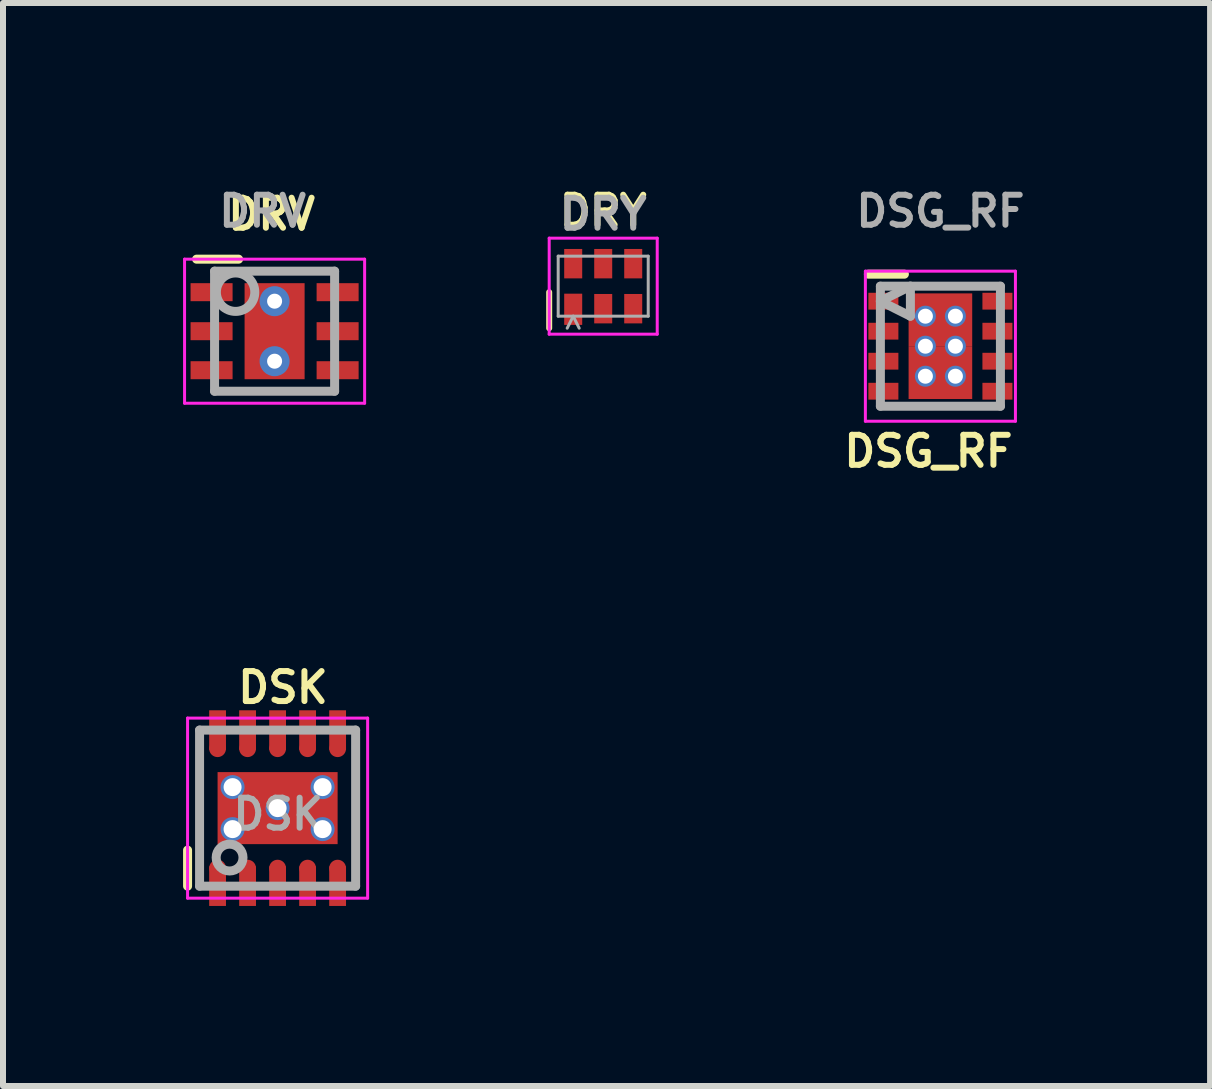
<source format=kicad_pcb>
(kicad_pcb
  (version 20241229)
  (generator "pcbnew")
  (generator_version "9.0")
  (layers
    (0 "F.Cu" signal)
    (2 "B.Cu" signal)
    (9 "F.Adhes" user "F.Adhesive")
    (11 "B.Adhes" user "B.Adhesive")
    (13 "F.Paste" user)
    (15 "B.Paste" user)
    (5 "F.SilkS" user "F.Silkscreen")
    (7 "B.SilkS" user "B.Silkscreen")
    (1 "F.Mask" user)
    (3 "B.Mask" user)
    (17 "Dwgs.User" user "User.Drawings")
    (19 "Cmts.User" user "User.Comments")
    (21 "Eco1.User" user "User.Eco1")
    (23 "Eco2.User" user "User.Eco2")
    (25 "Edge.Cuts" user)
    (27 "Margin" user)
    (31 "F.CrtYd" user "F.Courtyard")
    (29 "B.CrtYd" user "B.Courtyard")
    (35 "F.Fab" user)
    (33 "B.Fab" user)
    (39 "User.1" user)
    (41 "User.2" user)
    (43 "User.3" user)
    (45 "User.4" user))
  (footprint "DRY"
    (layer "F.Cu")
    (at 7 1.718)
    (property "Reference" "DRY" (at 0 -1.25 0) (layer "F.SilkS") (effects (font (size 0.5 0.5) (thickness 0.1))))
    (attr smd)
    (fp_line (start -0.9 0.1) (end -0.9 0.7) (stroke (width 0.1) (type solid)) (layer "F.SilkS"))
    (fp_line (start -0.9 -0.8) (end 0.9 -0.8) (stroke (width 0.05) (type solid)) (layer "F.CrtYd"))
    (fp_line (start -0.9 0.8) (end -0.9 -0.8) (stroke (width 0.05) (type solid)) (layer "F.CrtYd"))
    (fp_line (start 0.9 -0.8) (end 0.9 0.8) (stroke (width 0.05) (type solid)) (layer "F.CrtYd"))
    (fp_line (start 0.9 0.8) (end -0.9 0.8) (stroke (width 0.05) (type solid)) (layer "F.CrtYd"))
    (fp_line (start -0.75 -0.5) (end 0.75 -0.5) (stroke (width 0.05) (type solid)) (layer "F.Fab"))
    (fp_line (start -0.75 0.5) (end -0.75 -0.5) (stroke (width 0.05) (type solid)) (layer "F.Fab"))
    (fp_line (start -0.75 0.5) (end 0.75 0.5) (stroke (width 0.05) (type solid)) (layer "F.Fab"))
    (fp_line (start -0.6 0.7) (end -0.5 0.5) (stroke (width 0.05) (type solid)) (layer "F.Fab"))
    (fp_line (start -0.5 0.5) (end -0.4 0.7) (stroke (width 0.05) (type solid)) (layer "F.Fab"))
    (fp_line (start 0.75 -0.5) (end 0.75 0.5) (stroke (width 0.05) (type solid)) (layer "F.Fab"))
    (fp_text user "${REFERENCE}" (at 0 -1.2 0) (layer "F.Fab") (effects (font (size 0.5 0.5) (thickness 0.1))))
    (pad "1" smd rect (at -0.5 0.385 180) (size 0.3 0.52) (layers "F.Cu" "F.Mask" "F.Paste"))
    (pad "2" smd rect (at 0 0.375) (size 0.3 0.49) (layers "F.Cu" "F.Mask" "F.Paste"))
    (pad "3" smd rect (at 0.5 0.375) (size 0.3 0.49) (layers "F.Cu" "F.Mask" "F.Paste"))
    (pad "4" smd rect (at 0.5 -0.375 180) (size 0.3 0.49) (layers "F.Cu" "F.Mask" "F.Paste"))
    (pad "5" smd rect (at 0 -0.375) (size 0.3 0.49) (layers "F.Cu" "F.Mask" "F.Paste"))
    (pad "6" smd rect (at -0.5 -0.375) (size 0.3 0.49) (layers "F.Cu" "F.Mask" "F.Paste")))
  (footprint "DRV"
    (layer "F.Cu")
    (at 1.525 2.468)
    (property "Reference" "DRV" (at -0.05 -1.95 0) (layer "F.SilkS") (effects (font (size 0.5 0.5) (thickness 0.1))))
    (attr smd)
    (fp_line (start -1.3 -1.2) (end -0.6 -1.2) (stroke (width 0.15) (type solid)) (layer "F.SilkS"))
    (fp_line (start -1.5 -1.2) (end 1.5 -1.2) (stroke (width 0.05) (type solid)) (layer "F.CrtYd"))
    (fp_line (start -1.5 1.2) (end -1.5 -1.2) (stroke (width 0.05) (type solid)) (layer "F.CrtYd"))
    (fp_line (start 1.5 -1.2) (end 1.5 1.2) (stroke (width 0.05) (type solid)) (layer "F.CrtYd"))
    (fp_line (start 1.5 1.2) (end -1.5 1.2) (stroke (width 0.05) (type solid)) (layer "F.CrtYd"))
    (fp_line (start -1 -1) (end 1 -1) (stroke (width 0.15) (type solid)) (layer "F.Fab"))
    (fp_line (start -1 1) (end -1 -1) (stroke (width 0.15) (type solid)) (layer "F.Fab"))
    (fp_line (start 1 -1) (end 1 1) (stroke (width 0.15) (type solid)) (layer "F.Fab"))
    (fp_line (start 1 1) (end -1 1) (stroke (width 0.15) (type solid)) (layer "F.Fab"))
    (fp_circle (center -0.65 -0.65) (end -0.9 -0.85) (stroke (width 0.15) (type solid)) (fill no) (layer "F.Fab"))
    (fp_text user "${REFERENCE}" (at -0.2 -2 0) (layer "F.Fab") (effects (font (size 0.5 0.5) (thickness 0.1))))
    (pad "" thru_hole circle (at 0 -0.5) (size 0.5 0.5) (drill 0.25) (layers "*.Cu" "F.Mask"))
    (pad "" thru_hole circle (at 0 0.5) (size 0.5 0.5) (drill 0.25) (layers "*.Cu" "F.Mask"))
    (pad "1" smd rect (at -1.05 -0.65) (size 0.7 0.3) (layers "F.Cu" "F.Mask" "F.Paste"))
    (pad "2" smd rect (at -1.05 0) (size 0.7 0.3) (layers "F.Cu" "F.Mask" "F.Paste"))
    (pad "3" smd rect (at -1.05 0.65) (size 0.7 0.3) (layers "F.Cu" "F.Mask" "F.Paste"))
    (pad "4" smd rect (at 1.05 0.65) (size 0.7 0.3) (layers "F.Cu" "F.Mask" "F.Paste"))
    (pad "5" smd rect (at 1.05 0) (size 0.7 0.3) (layers "F.Cu" "F.Mask" "F.Paste"))
    (pad "6" smd rect (at 1.05 -0.65) (size 0.7 0.3) (layers "F.Cu" "F.Mask" "F.Paste"))
    (pad "7" smd rect (at 0 0) (size 1 1.6) (layers "F.Cu" "F.Mask" "F.Paste")))
  (footprint "DSG_RF"
    (layer "F.Cu")
    (at 12.618 2.718)
    (property "Reference" "DSG_RF" (at -0.2 1.75 0) (layer "F.SilkS") (effects (font (size 0.5 0.5) (thickness 0.1))))
    (attr smd)
    (fp_line (start -1.2 -1.2) (end -0.6 -1.2) (stroke (width 0.15) (type solid)) (layer "F.SilkS"))
    (fp_line (start -1.25 -1.25) (end -1.25 1.25) (stroke (width 0.05) (type solid)) (layer "F.CrtYd"))
    (fp_line (start -1.25 -1.25) (end 1.25 -1.25) (stroke (width 0.05) (type solid)) (layer "F.CrtYd"))
    (fp_line (start -1.25 1.25) (end 1.25 1.25) (stroke (width 0.05) (type solid)) (layer "F.CrtYd"))
    (fp_line (start 1.25 -1.25) (end 1.25 1.25) (stroke (width 0.05) (type solid)) (layer "F.CrtYd"))
    (fp_line (start -1 -1) (end 1 -1) (stroke (width 0.15) (type solid)) (layer "F.Fab"))
    (fp_line (start -1 -0.75) (end -0.5 -1) (stroke (width 0.15) (type solid)) (layer "F.Fab"))
    (fp_line (start -1 1) (end -1 -1) (stroke (width 0.15) (type solid)) (layer "F.Fab"))
    (fp_line (start -0.5 -1) (end -0.5 -0.5) (stroke (width 0.15) (type solid)) (layer "F.Fab"))
    (fp_line (start -0.5 -0.5) (end -1 -0.75) (stroke (width 0.15) (type solid)) (layer "F.Fab"))
    (fp_line (start 1 -1) (end 1 1) (stroke (width 0.15) (type solid)) (layer "F.Fab"))
    (fp_line (start 1 1) (end -1 1) (stroke (width 0.15) (type solid)) (layer "F.Fab"))
    (fp_text user "${REFERENCE}" (at 0 -2.25 0) (layer "F.Fab") (effects (font (size 0.5 0.5) (thickness 0.1))))
    (pad "1" smd rect (at -0.95 -0.75) (size 0.5 0.28) (layers "F.Cu" "F.Mask" "F.Paste"))
    (pad "2" smd rect (at -0.95 -0.25) (size 0.5 0.28) (layers "F.Cu" "F.Mask" "F.Paste"))
    (pad "3" smd rect (at -0.95 0.25) (size 0.5 0.28) (layers "F.Cu" "F.Mask" "F.Paste"))
    (pad "4" smd rect (at -0.95 0.75) (size 0.5 0.28) (layers "F.Cu" "F.Mask" "F.Paste"))
    (pad "5" smd rect (at 0.95 0.75) (size 0.5 0.28) (layers "F.Cu" "F.Mask" "F.Paste"))
    (pad "6" smd rect (at 0.95 0.25) (size 0.5 0.28) (layers "F.Cu" "F.Mask" "F.Paste"))
    (pad "7" smd rect (at 0.95 -0.25) (size 0.5 0.28) (layers "F.Cu" "F.Mask" "F.Paste"))
    (pad "8" smd rect (at 0.95 -0.75) (size 0.5 0.28) (layers "F.Cu" "F.Mask" "F.Paste"))
    (pad "9" thru_hole circle (at -0.25 -0.5) (size 0.35 0.35) (drill 0.25) (layers "*.Cu"))
    (pad "9" thru_hole circle (at -0.25 0) (size 0.35 0.35) (drill 0.25) (layers "*.Cu"))
    (pad "9" thru_hole circle (at -0.25 0.5) (size 0.35 0.35) (drill 0.25) (layers "*.Cu"))
    (pad "9" smd rect (at 0 -0.44) (size 1.06 0.88) (layers "F.Cu" "F.Mask" "F.Paste"))
    (pad "9" smd rect (at 0 0.44) (size 1.06 0.88) (layers "F.Cu" "F.Mask" "F.Paste"))
    (pad "9" thru_hole circle (at 0.25 -0.5) (size 0.35 0.35) (drill 0.25) (layers "*.Cu"))
    (pad "9" thru_hole circle (at 0.25 0) (size 0.35 0.35) (drill 0.25) (layers "*.Cu"))
    (pad "9" thru_hole circle (at 0.25 0.5) (size 0.35 0.35) (drill 0.25) (layers "*.Cu")))
  (footprint "DSK"
    (layer "F.Cu")
    (at 1.575 10.414)
    (property "Reference" "DSK" (at 0.09 -2.01 0) (layer "F.SilkS") (effects (font (size 0.5 0.5) (thickness 0.1))))
    (attr smd)
    (fp_line (start 1 -0.99) (end 1 -1.39) (stroke (width 0.15) (type solid)) (layer "F.Cu"))
    (fp_line (start -1.5 1.3) (end -1.5 0.7) (stroke (width 0.15) (type solid)) (layer "F.SilkS"))
    (fp_line (start -1.5 -1.5) (end -1.5 1.5) (stroke (width 0.05) (type solid)) (layer "F.CrtYd"))
    (fp_line (start -1.5 -1.5) (end 1.5 -1.5) (stroke (width 0.05) (type solid)) (layer "F.CrtYd"))
    (fp_line (start -1.5 1.5) (end 1.5 1.5) (stroke (width 0.05) (type solid)) (layer "F.CrtYd"))
    (fp_line (start 1.5 -1.5) (end 1.5 1.5) (stroke (width 0.05) (type solid)) (layer "F.CrtYd"))
    (fp_line (start -1.3 -1.3) (end 1.3 -1.3) (stroke (width 0.15) (type solid)) (layer "F.Fab"))
    (fp_line (start -1.3 1.3) (end -1.3 -1.3) (stroke (width 0.15) (type solid)) (layer "F.Fab"))
    (fp_line (start 1.3 -1.3) (end 1.3 1.3) (stroke (width 0.15) (type solid)) (layer "F.Fab"))
    (fp_line (start 1.3 1.3) (end -1.3 1.3) (stroke (width 0.15) (type solid)) (layer "F.Fab"))
    (fp_circle (center -0.8 0.824) (end -0.6 0.724) (stroke (width 0.15) (type solid)) (fill no) (layer "F.Fab"))
    (fp_text user "${REFERENCE}" (at 0.01 0.1 0) (layer "F.Fab") (effects (font (size 0.5 0.5) (thickness 0.1))))
    (pad "" smd rect (at -0.535 -0.335) (size 0.85 0.45) (layers "F.Paste"))
    (pad "" smd rect (at -0.535 0.335) (size 0.85 0.45) (layers "F.Paste"))
    (pad "" smd rect (at 0.535 -0.335) (size 0.85 0.45) (layers "F.Paste"))
    (pad "" smd rect (at 0.535 0.335) (size 0.85 0.45) (layers "F.Paste"))
    (pad "1" smd circle (at -1 1) (size 0.28 0.28) (layers "F.Cu" "F.Mask" "F.Paste"))
    (pad "1" smd rect (at -1 1.3) (size 0.28 0.66) (layers "F.Cu" "F.Mask" "F.Paste"))
    (pad "2" smd circle (at -0.5 1) (size 0.28 0.28) (layers "F.Cu" "F.Mask" "F.Paste"))
    (pad "2" smd rect (at -0.5 1.3) (size 0.28 0.66) (layers "F.Cu" "F.Mask" "F.Paste"))
    (pad "3" smd circle (at 0 1) (size 0.28 0.28) (layers "F.Cu" "F.Mask" "F.Paste"))
    (pad "3" smd rect (at 0 1.3) (size 0.28 0.66) (layers "F.Cu" "F.Mask" "F.Paste"))
    (pad "4" smd circle (at 0.5 1) (size 0.28 0.28) (layers "F.Cu" "F.Mask" "F.Paste"))
    (pad "4" smd rect (at 0.5 1.3) (size 0.28 0.66) (layers "F.Cu" "F.Mask" "F.Paste"))
    (pad "5" smd circle (at 1 1) (size 0.28 0.28) (layers "F.Cu" "F.Mask" "F.Paste"))
    (pad "5" smd rect (at 1 1.3) (size 0.28 0.66) (layers "F.Cu" "F.Mask" "F.Paste"))
    (pad "6" smd rect (at 1 -1.3) (size 0.28 0.66) (layers "F.Cu" "F.Mask" "F.Paste"))
    (pad "6" smd circle (at 1 -0.99) (size 0.28 0.28) (layers "F.Cu" "F.Mask" "F.Paste"))
    (pad "7" smd rect (at 0.5 -1.3) (size 0.28 0.66) (layers "F.Cu" "F.Mask" "F.Paste"))
    (pad "7" smd circle (at 0.5 -0.99) (size 0.28 0.28) (layers "F.Cu" "F.Mask" "F.Paste"))
    (pad "8" smd rect (at 0 -1.3) (size 0.28 0.66) (layers "F.Cu" "F.Mask" "F.Paste"))
    (pad "8" smd circle (at 0 -0.99) (size 0.28 0.28) (layers "F.Cu" "F.Mask" "F.Paste"))
    (pad "9" smd rect (at -0.5 -1.3) (size 0.28 0.66) (layers "F.Cu" "F.Mask" "F.Paste"))
    (pad "9" smd circle (at -0.5 -0.99) (size 0.28 0.28) (layers "F.Cu" "F.Mask" "F.Paste"))
    (pad "10" smd rect (at -1 -1.3) (size 0.28 0.66) (layers "F.Cu" "F.Mask" "F.Paste"))
    (pad "10" smd circle (at -1 -0.99) (size 0.28 0.28) (layers "F.Cu" "F.Mask" "F.Paste"))
    (pad "11" thru_hole circle (at -0.75 -0.35) (size 0.4 0.4) (drill 0.3) (layers "*.Cu"))
    (pad "11" thru_hole circle (at -0.75 0.35) (size 0.4 0.4) (drill 0.3) (layers "*.Cu"))
    (pad "11" thru_hole circle (at 0 0) (size 0.4 0.4) (drill 0.3) (layers "*.Cu"))
    (pad "11" smd rect (at 0 0) (size 2 1.2) (layers "F.Cu" "F.Mask"))
    (pad "11" thru_hole circle (at 0.75 -0.35) (size 0.4 0.4) (drill 0.3) (layers "*.Cu"))
    (pad "11" thru_hole circle (at 0.75 0.35) (size 0.4 0.4) (drill 0.3) (layers "*.Cu")))
  (gr_rect
    (start -3 -3)
    (end 17.111 15.044)
    (stroke (width 0.1) (type default))
    (fill no)
    (layer "Edge.Cuts")))
</source>
